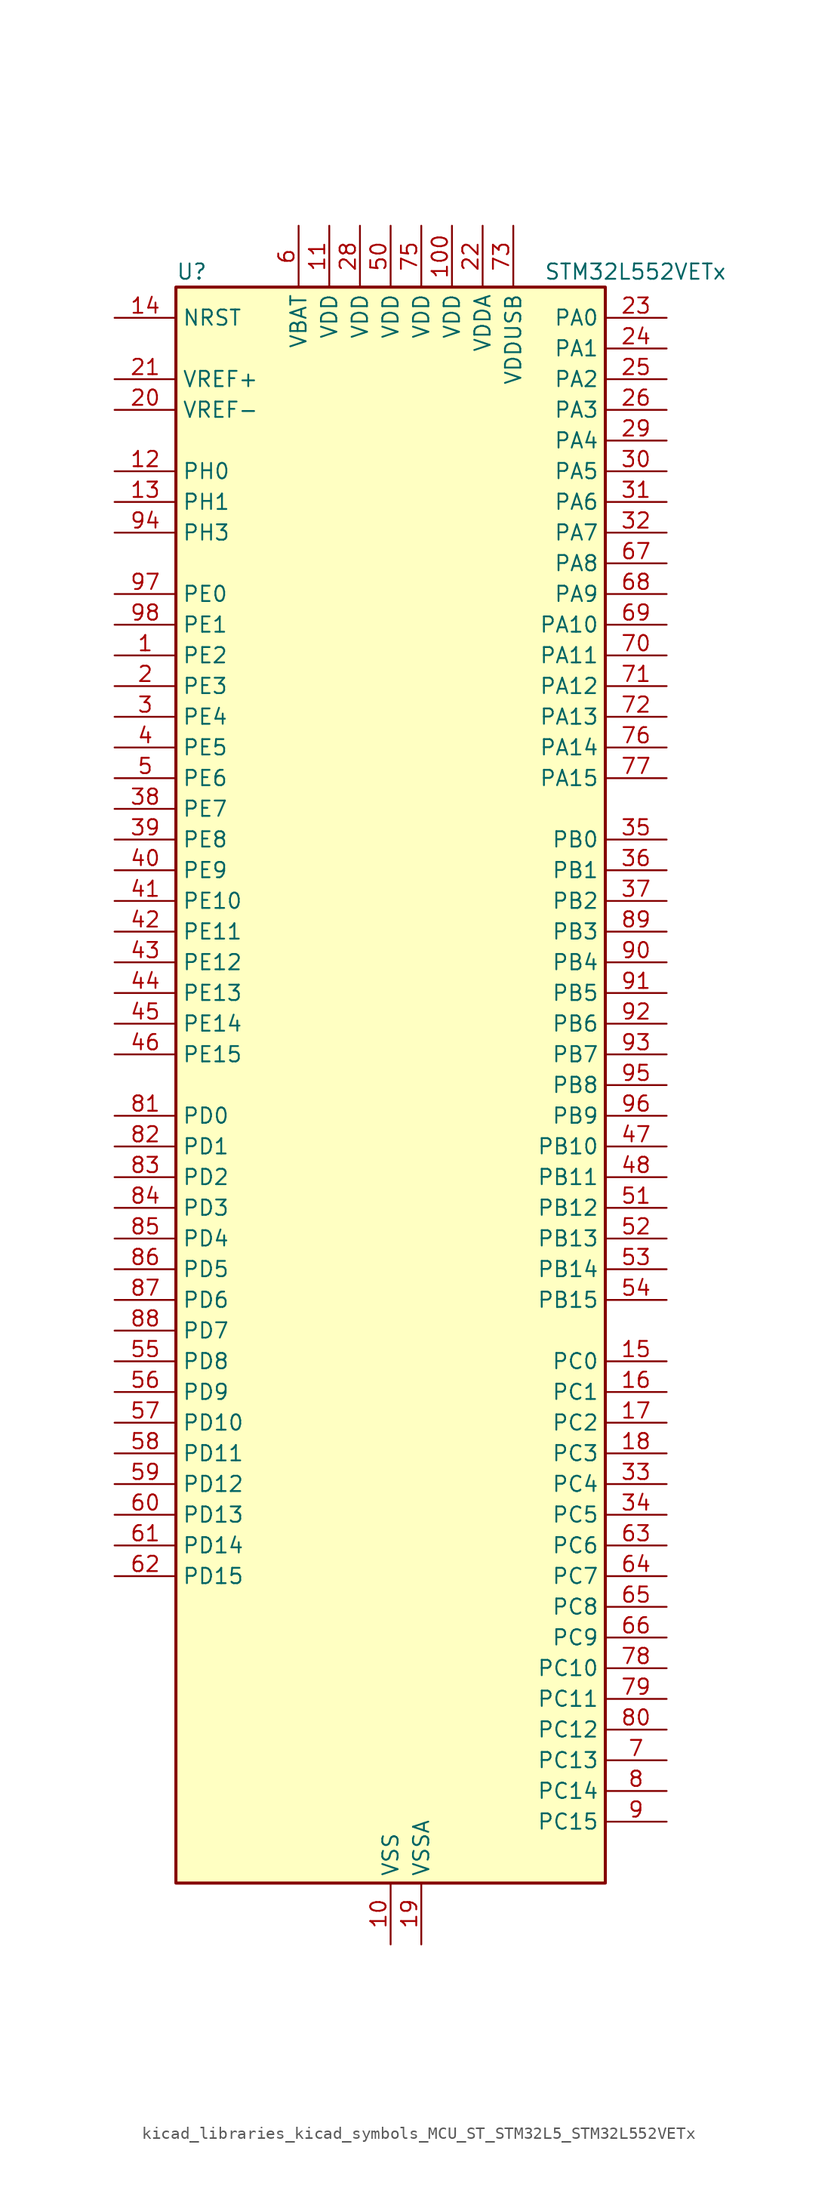
<source format=kicad_sym>
(kicad_symbol_lib
  (version 20220914)
  (generator kicad_symbol_editor)
  (symbol "kicad_libraries_kicad_symbols_MCU_ST_STM32L5_STM32L552VETx"
    (property "Reference" "U"
      (at -17.78 67.31 0)
      (effects (font (size 1.27 1.27)) (justify left)))
    (property "Value" "STM32L552VETx"
      (at 12.7 67.31 0)
      (effects (font (size 1.27 1.27)) (justify left)))
    (property "ki_locked" ""
      (at 0 0 0)
      (effects (font (size 1.27 1.27))))
    (symbol "kicad_libraries_kicad_symbols_MCU_ST_STM32L5_STM32L552VETx_0_1"
      (rectangle (start -17.78 -66.04) (end 17.78 66.04) (stroke (width 0.254) (type default)) (fill (type background))))
    (symbol "kicad_libraries_kicad_symbols_MCU_ST_STM32L5_STM32L552VETx_1_1"
      (pin bidirectional line (at -22.86 35.56 0) (length 5.08) (name "PE2" (effects (font (size 1.27 1.27)))) (number "1" (effects (font (size 1.27 1.27)))) (alternate "DEBUG_TRACECLK" bidirectional line) (alternate "FMC_A23" bidirectional line) (alternate "SAI1_CK1" bidirectional line) (alternate "SAI1_MCLK_A" bidirectional line) (alternate "TIM3_ETR" bidirectional line) (alternate "TSC_G7_IO1" bidirectional line))
      (pin power_in line (at 0 -71.12 90) (length 5.08) (name "VSS" (effects (font (size 1.27 1.27)))) (number "10" (effects (font (size 1.27 1.27)))))
      (pin power_in line (at 5.08 71.12 270) (length 5.08) (name "VDD" (effects (font (size 1.27 1.27)))) (number "100" (effects (font (size 1.27 1.27)))))
      (pin power_in line (at -5.08 71.12 270) (length 5.08) (name "VDD" (effects (font (size 1.27 1.27)))) (number "11" (effects (font (size 1.27 1.27)))))
      (pin bidirectional line (at -22.86 50.8 0) (length 5.08) (name "PH0" (effects (font (size 1.27 1.27)))) (number "12" (effects (font (size 1.27 1.27)))) (alternate "RCC_OSC_IN" bidirectional line))
      (pin bidirectional line (at -22.86 48.26 0) (length 5.08) (name "PH1" (effects (font (size 1.27 1.27)))) (number "13" (effects (font (size 1.27 1.27)))) (alternate "RCC_OSC_OUT" bidirectional line))
      (pin input line (at -22.86 63.5 0) (length 5.08) (name "NRST" (effects (font (size 1.27 1.27)))) (number "14" (effects (font (size 1.27 1.27)))))
      (pin bidirectional line (at 22.86 -22.86 180) (length 5.08) (name "PC0" (effects (font (size 1.27 1.27)))) (number "15" (effects (font (size 1.27 1.27)))) (alternate "ADC1_IN1" bidirectional line) (alternate "ADC2_IN1" bidirectional line) (alternate "I2C3_SCL" bidirectional line) (alternate "LPTIM1_IN1" bidirectional line) (alternate "LPTIM2_IN1" bidirectional line) (alternate "LPUART1_RX" bidirectional line) (alternate "OCTOSPI1_IO7" bidirectional line) (alternate "SAI2_FS_A" bidirectional line) (alternate "SDMMC1_D5" bidirectional line))
      (pin bidirectional line (at 22.86 -25.4 180) (length 5.08) (name "PC1" (effects (font (size 1.27 1.27)))) (number "16" (effects (font (size 1.27 1.27)))) (alternate "ADC1_IN2" bidirectional line) (alternate "ADC2_IN2" bidirectional line) (alternate "DEBUG_TRACED0" bidirectional line) (alternate "I2C3_SDA" bidirectional line) (alternate "LPTIM1_OUT" bidirectional line) (alternate "LPUART1_TX" bidirectional line) (alternate "OCTOSPI1_IO4" bidirectional line) (alternate "SAI1_SD_A" bidirectional line) (alternate "SPI2_MOSI" bidirectional line))
      (pin bidirectional line (at 22.86 -27.94 180) (length 5.08) (name "PC2" (effects (font (size 1.27 1.27)))) (number "17" (effects (font (size 1.27 1.27)))) (alternate "ADC1_IN3" bidirectional line) (alternate "ADC2_IN3" bidirectional line) (alternate "DFSDM1_CKOUT" bidirectional line) (alternate "LPTIM1_IN2" bidirectional line) (alternate "OCTOSPI1_IO5" bidirectional line) (alternate "SPI2_MISO" bidirectional line))
      (pin bidirectional line (at 22.86 -30.48 180) (length 5.08) (name "PC3" (effects (font (size 1.27 1.27)))) (number "18" (effects (font (size 1.27 1.27)))) (alternate "ADC1_IN4" bidirectional line) (alternate "ADC2_IN4" bidirectional line) (alternate "LPTIM1_ETR" bidirectional line) (alternate "LPTIM2_ETR" bidirectional line) (alternate "LPTIM3_OUT" bidirectional line) (alternate "OCTOSPI1_IO6" bidirectional line) (alternate "SAI1_D1" bidirectional line) (alternate "SAI1_SD_A" bidirectional line) (alternate "SPI2_MOSI" bidirectional line))
      (pin power_in line (at 2.54 -71.12 90) (length 5.08) (name "VSSA" (effects (font (size 1.27 1.27)))) (number "19" (effects (font (size 1.27 1.27)))))
      (pin bidirectional line (at -22.86 33.02 0) (length 5.08) (name "PE3" (effects (font (size 1.27 1.27)))) (number "2" (effects (font (size 1.27 1.27)))) (alternate "DEBUG_TRACED0" bidirectional line) (alternate "FMC_A19" bidirectional line) (alternate "OCTOSPI1_DQS" bidirectional line) (alternate "SAI1_SD_B" bidirectional line) (alternate "TIM3_CH1" bidirectional line) (alternate "TSC_G7_IO2" bidirectional line))
      (pin input line (at -22.86 55.88 0) (length 5.08) (name "VREF-" (effects (font (size 1.27 1.27)))) (number "20" (effects (font (size 1.27 1.27)))))
      (pin input line (at -22.86 58.42 0) (length 5.08) (name "VREF+" (effects (font (size 1.27 1.27)))) (number "21" (effects (font (size 1.27 1.27)))))
      (pin power_in line (at 7.62 71.12 270) (length 5.08) (name "VDDA" (effects (font (size 1.27 1.27)))) (number "22" (effects (font (size 1.27 1.27)))))
      (pin bidirectional line (at 22.86 63.5 180) (length 5.08) (name "PA0" (effects (font (size 1.27 1.27)))) (number "23" (effects (font (size 1.27 1.27)))) (alternate "ADC1_IN5" bidirectional line) (alternate "ADC2_IN5" bidirectional line) (alternate "OPAMP1_VINP" bidirectional line) (alternate "PWR_WKUP1" bidirectional line) (alternate "SAI1_EXTCLK" bidirectional line) (alternate "TAMP_IN2" bidirectional line) (alternate "TAMP_OUT1" bidirectional line) (alternate "TIM2_CH1" bidirectional line) (alternate "TIM2_ETR" bidirectional line) (alternate "TIM5_CH1" bidirectional line) (alternate "TIM8_ETR" bidirectional line) (alternate "UART4_TX" bidirectional line) (alternate "USART2_CTS" bidirectional line) (alternate "USART2_NSS" bidirectional line))
      (pin bidirectional line (at 22.86 60.96 180) (length 5.08) (name "PA1" (effects (font (size 1.27 1.27)))) (number "24" (effects (font (size 1.27 1.27)))) (alternate "ADC1_IN6" bidirectional line) (alternate "ADC2_IN6" bidirectional line) (alternate "I2C1_SMBA" bidirectional line) (alternate "OCTOSPI1_DQS" bidirectional line) (alternate "OPAMP1_VINM" bidirectional line) (alternate "SPI1_SCK" bidirectional line) (alternate "TAMP_IN5" bidirectional line) (alternate "TAMP_OUT4" bidirectional line) (alternate "TIM15_CH1N" bidirectional line) (alternate "TIM2_CH2" bidirectional line) (alternate "TIM5_CH2" bidirectional line) (alternate "UART4_RX" bidirectional line) (alternate "USART2_DE" bidirectional line) (alternate "USART2_RTS" bidirectional line))
      (pin bidirectional line (at 22.86 58.42 180) (length 5.08) (name "PA2" (effects (font (size 1.27 1.27)))) (number "25" (effects (font (size 1.27 1.27)))) (alternate "ADC1_IN7" bidirectional line) (alternate "ADC2_IN7" bidirectional line) (alternate "COMP1_INP" bidirectional line) (alternate "LPUART1_TX" bidirectional line) (alternate "OCTOSPI1_NCS" bidirectional line) (alternate "PWR_WKUP4" bidirectional line) (alternate "RCC_LSCO" bidirectional line) (alternate "SAI2_EXTCLK" bidirectional line) (alternate "TIM15_CH1" bidirectional line) (alternate "TIM2_CH3" bidirectional line) (alternate "TIM5_CH3" bidirectional line) (alternate "UCPD1_FRSTX1" bidirectional line) (alternate "USART2_TX" bidirectional line))
      (pin bidirectional line (at 22.86 55.88 180) (length 5.08) (name "PA3" (effects (font (size 1.27 1.27)))) (number "26" (effects (font (size 1.27 1.27)))) (alternate "ADC1_IN8" bidirectional line) (alternate "ADC2_IN8" bidirectional line) (alternate "LPUART1_RX" bidirectional line) (alternate "OCTOSPI1_CLK" bidirectional line) (alternate "OPAMP1_VOUT" bidirectional line) (alternate "SAI1_CK1" bidirectional line) (alternate "SAI1_MCLK_A" bidirectional line) (alternate "TIM15_CH2" bidirectional line) (alternate "TIM2_CH4" bidirectional line) (alternate "TIM5_CH4" bidirectional line) (alternate "USART2_RX" bidirectional line))
      (pin passive line (at 0 -71.12 90) (length 5.08) hide (name "VSS" (effects (font (size 1.27 1.27)))) (number "27" (effects (font (size 1.27 1.27)))))
      (pin power_in line (at -2.54 71.12 270) (length 5.08) (name "VDD" (effects (font (size 1.27 1.27)))) (number "28" (effects (font (size 1.27 1.27)))))
      (pin bidirectional line (at 22.86 53.34 180) (length 5.08) (name "PA4" (effects (font (size 1.27 1.27)))) (number "29" (effects (font (size 1.27 1.27)))) (alternate "ADC1_IN9" bidirectional line) (alternate "ADC2_IN9" bidirectional line) (alternate "DAC1_OUT1" bidirectional line) (alternate "LPTIM2_OUT" bidirectional line) (alternate "OCTOSPI1_NCS" bidirectional line) (alternate "SAI1_FS_B" bidirectional line) (alternate "SPI1_NSS" bidirectional line) (alternate "SPI3_NSS" bidirectional line) (alternate "USART2_CK" bidirectional line))
      (pin bidirectional line (at -22.86 30.48 0) (length 5.08) (name "PE4" (effects (font (size 1.27 1.27)))) (number "3" (effects (font (size 1.27 1.27)))) (alternate "DEBUG_TRACED1" bidirectional line) (alternate "DFSDM1_DATIN3" bidirectional line) (alternate "FMC_A20" bidirectional line) (alternate "SAI1_D2" bidirectional line) (alternate "SAI1_FS_A" bidirectional line) (alternate "TIM3_CH2" bidirectional line) (alternate "TSC_G7_IO3" bidirectional line))
      (pin bidirectional line (at 22.86 50.8 180) (length 5.08) (name "PA5" (effects (font (size 1.27 1.27)))) (number "30" (effects (font (size 1.27 1.27)))) (alternate "ADC1_IN10" bidirectional line) (alternate "ADC2_IN10" bidirectional line) (alternate "DAC1_OUT2" bidirectional line) (alternate "LPTIM2_ETR" bidirectional line) (alternate "SPI1_SCK" bidirectional line) (alternate "TIM2_CH1" bidirectional line) (alternate "TIM2_ETR" bidirectional line) (alternate "TIM8_CH1N" bidirectional line))
      (pin bidirectional line (at 22.86 48.26 180) (length 5.08) (name "PA6" (effects (font (size 1.27 1.27)))) (number "31" (effects (font (size 1.27 1.27)))) (alternate "ADC1_IN11" bidirectional line) (alternate "ADC2_IN11" bidirectional line) (alternate "LPUART1_CTS" bidirectional line) (alternate "OCTOSPI1_IO3" bidirectional line) (alternate "OPAMP2_VINP" bidirectional line) (alternate "SPI1_MISO" bidirectional line) (alternate "TIM16_CH1" bidirectional line) (alternate "TIM1_BKIN" bidirectional line) (alternate "TIM3_CH1" bidirectional line) (alternate "TIM8_BKIN" bidirectional line) (alternate "USART3_CTS" bidirectional line) (alternate "USART3_NSS" bidirectional line))
      (pin bidirectional line (at 22.86 45.72 180) (length 5.08) (name "PA7" (effects (font (size 1.27 1.27)))) (number "32" (effects (font (size 1.27 1.27)))) (alternate "ADC1_IN12" bidirectional line) (alternate "ADC2_IN12" bidirectional line) (alternate "I2C3_SCL" bidirectional line) (alternate "OCTOSPI1_IO2" bidirectional line) (alternate "OPAMP2_VINM" bidirectional line) (alternate "SPI1_MOSI" bidirectional line) (alternate "TIM17_CH1" bidirectional line) (alternate "TIM1_CH1N" bidirectional line) (alternate "TIM3_CH2" bidirectional line) (alternate "TIM8_CH1N" bidirectional line))
      (pin bidirectional line (at 22.86 -33.02 180) (length 5.08) (name "PC4" (effects (font (size 1.27 1.27)))) (number "33" (effects (font (size 1.27 1.27)))) (alternate "ADC1_IN13" bidirectional line) (alternate "ADC2_IN13" bidirectional line) (alternate "COMP1_INM" bidirectional line) (alternate "OCTOSPI1_IO7" bidirectional line) (alternate "USART3_TX" bidirectional line))
      (pin bidirectional line (at 22.86 -35.56 180) (length 5.08) (name "PC5" (effects (font (size 1.27 1.27)))) (number "34" (effects (font (size 1.27 1.27)))) (alternate "ADC1_IN14" bidirectional line) (alternate "ADC2_IN14" bidirectional line) (alternate "COMP1_INP" bidirectional line) (alternate "PWR_WKUP5" bidirectional line) (alternate "SAI1_D3" bidirectional line) (alternate "TAMP_IN4" bidirectional line) (alternate "TAMP_OUT5" bidirectional line) (alternate "USART3_RX" bidirectional line))
      (pin bidirectional line (at 22.86 20.32 180) (length 5.08) (name "PB0" (effects (font (size 1.27 1.27)))) (number "35" (effects (font (size 1.27 1.27)))) (alternate "ADC1_IN15" bidirectional line) (alternate "ADC2_IN15" bidirectional line) (alternate "COMP1_OUT" bidirectional line) (alternate "OCTOSPI1_IO1" bidirectional line) (alternate "OPAMP2_VOUT" bidirectional line) (alternate "SAI1_EXTCLK" bidirectional line) (alternate "SPI1_NSS" bidirectional line) (alternate "TIM1_CH2N" bidirectional line) (alternate "TIM3_CH3" bidirectional line) (alternate "TIM8_CH2N" bidirectional line) (alternate "USART3_CK" bidirectional line))
      (pin bidirectional line (at 22.86 17.78 180) (length 5.08) (name "PB1" (effects (font (size 1.27 1.27)))) (number "36" (effects (font (size 1.27 1.27)))) (alternate "ADC1_IN16" bidirectional line) (alternate "ADC2_IN16" bidirectional line) (alternate "COMP1_INM" bidirectional line) (alternate "DFSDM1_DATIN0" bidirectional line) (alternate "LPTIM2_IN1" bidirectional line) (alternate "LPUART1_DE" bidirectional line) (alternate "LPUART1_RTS" bidirectional line) (alternate "OCTOSPI1_IO0" bidirectional line) (alternate "TIM1_CH3N" bidirectional line) (alternate "TIM3_CH4" bidirectional line) (alternate "TIM8_CH3N" bidirectional line) (alternate "USART3_DE" bidirectional line) (alternate "USART3_RTS" bidirectional line))
      (pin bidirectional line (at 22.86 15.24 180) (length 5.08) (name "PB2" (effects (font (size 1.27 1.27)))) (number "37" (effects (font (size 1.27 1.27)))) (alternate "COMP1_INP" bidirectional line) (alternate "DFSDM1_CKIN0" bidirectional line) (alternate "I2C3_SMBA" bidirectional line) (alternate "LPTIM1_OUT" bidirectional line) (alternate "OCTOSPI1_DQS" bidirectional line) (alternate "RTC_OUT2" bidirectional line) (alternate "UCPD1_FRSTX1" bidirectional line))
      (pin bidirectional line (at -22.86 22.86 0) (length 5.08) (name "PE7" (effects (font (size 1.27 1.27)))) (number "38" (effects (font (size 1.27 1.27)))) (alternate "DFSDM1_DATIN2" bidirectional line) (alternate "FMC_D4" bidirectional line) (alternate "FMC_DA4" bidirectional line) (alternate "SAI1_SD_B" bidirectional line) (alternate "TIM1_ETR" bidirectional line))
      (pin bidirectional line (at -22.86 20.32 0) (length 5.08) (name "PE8" (effects (font (size 1.27 1.27)))) (number "39" (effects (font (size 1.27 1.27)))) (alternate "DFSDM1_CKIN2" bidirectional line) (alternate "FMC_D5" bidirectional line) (alternate "FMC_DA5" bidirectional line) (alternate "SAI1_SCK_B" bidirectional line) (alternate "TIM1_CH1N" bidirectional line))
      (pin bidirectional line (at -22.86 27.94 0) (length 5.08) (name "PE5" (effects (font (size 1.27 1.27)))) (number "4" (effects (font (size 1.27 1.27)))) (alternate "DEBUG_TRACED2" bidirectional line) (alternate "DFSDM1_CKIN3" bidirectional line) (alternate "FMC_A21" bidirectional line) (alternate "SAI1_CK2" bidirectional line) (alternate "SAI1_SCK_A" bidirectional line) (alternate "TIM3_CH3" bidirectional line) (alternate "TSC_G7_IO4" bidirectional line))
      (pin bidirectional line (at -22.86 17.78 0) (length 5.08) (name "PE9" (effects (font (size 1.27 1.27)))) (number "40" (effects (font (size 1.27 1.27)))) (alternate "DAC1_EXTI9" bidirectional line) (alternate "DFSDM1_CKOUT" bidirectional line) (alternate "FMC_D6" bidirectional line) (alternate "FMC_DA6" bidirectional line) (alternate "OCTOSPI1_NCLK" bidirectional line) (alternate "SAI1_FS_B" bidirectional line) (alternate "TIM1_CH1" bidirectional line))
      (pin bidirectional line (at -22.86 15.24 0) (length 5.08) (name "PE10" (effects (font (size 1.27 1.27)))) (number "41" (effects (font (size 1.27 1.27)))) (alternate "FMC_D7" bidirectional line) (alternate "FMC_DA7" bidirectional line) (alternate "OCTOSPI1_CLK" bidirectional line) (alternate "SAI1_MCLK_B" bidirectional line) (alternate "TIM1_CH2N" bidirectional line) (alternate "TSC_G5_IO1" bidirectional line))
      (pin bidirectional line (at -22.86 12.7 0) (length 5.08) (name "PE11" (effects (font (size 1.27 1.27)))) (number "42" (effects (font (size 1.27 1.27)))) (alternate "ADC1_EXTI11" bidirectional line) (alternate "ADC2_EXTI11" bidirectional line) (alternate "FMC_D8" bidirectional line) (alternate "FMC_DA8" bidirectional line) (alternate "OCTOSPI1_NCS" bidirectional line) (alternate "TIM1_CH2" bidirectional line) (alternate "TSC_G5_IO2" bidirectional line))
      (pin bidirectional line (at -22.86 10.16 0) (length 5.08) (name "PE12" (effects (font (size 1.27 1.27)))) (number "43" (effects (font (size 1.27 1.27)))) (alternate "FMC_D9" bidirectional line) (alternate "FMC_DA9" bidirectional line) (alternate "OCTOSPI1_IO0" bidirectional line) (alternate "SPI1_NSS" bidirectional line) (alternate "TIM1_CH3N" bidirectional line) (alternate "TSC_G5_IO3" bidirectional line))
      (pin bidirectional line (at -22.86 7.62 0) (length 5.08) (name "PE13" (effects (font (size 1.27 1.27)))) (number "44" (effects (font (size 1.27 1.27)))) (alternate "FMC_D10" bidirectional line) (alternate "FMC_DA10" bidirectional line) (alternate "OCTOSPI1_IO1" bidirectional line) (alternate "SPI1_SCK" bidirectional line) (alternate "TIM1_CH3" bidirectional line) (alternate "TSC_G5_IO4" bidirectional line))
      (pin bidirectional line (at -22.86 5.08 0) (length 5.08) (name "PE14" (effects (font (size 1.27 1.27)))) (number "45" (effects (font (size 1.27 1.27)))) (alternate "FMC_D11" bidirectional line) (alternate "FMC_DA11" bidirectional line) (alternate "OCTOSPI1_IO2" bidirectional line) (alternate "SPI1_MISO" bidirectional line) (alternate "TIM1_BKIN2" bidirectional line) (alternate "TIM1_CH4" bidirectional line))
      (pin bidirectional line (at -22.86 2.54 0) (length 5.08) (name "PE15" (effects (font (size 1.27 1.27)))) (number "46" (effects (font (size 1.27 1.27)))) (alternate "ADC1_EXTI15" bidirectional line) (alternate "ADC2_EXTI15" bidirectional line) (alternate "FMC_D12" bidirectional line) (alternate "FMC_DA12" bidirectional line) (alternate "OCTOSPI1_IO3" bidirectional line) (alternate "SPI1_MOSI" bidirectional line) (alternate "TIM1_BKIN" bidirectional line))
      (pin bidirectional line (at 22.86 -5.08 180) (length 5.08) (name "PB10" (effects (font (size 1.27 1.27)))) (number "47" (effects (font (size 1.27 1.27)))) (alternate "COMP1_OUT" bidirectional line) (alternate "I2C2_SCL" bidirectional line) (alternate "I2C4_SCL" bidirectional line) (alternate "LPTIM3_OUT" bidirectional line) (alternate "LPUART1_RX" bidirectional line) (alternate "OCTOSPI1_CLK" bidirectional line) (alternate "SAI1_SCK_A" bidirectional line) (alternate "SPI2_SCK" bidirectional line) (alternate "TIM2_CH3" bidirectional line) (alternate "TSC_SYNC" bidirectional line) (alternate "USART3_TX" bidirectional line))
      (pin bidirectional line (at 22.86 -7.62 180) (length 5.08) (name "PB11" (effects (font (size 1.27 1.27)))) (number "48" (effects (font (size 1.27 1.27)))) (alternate "ADC1_EXTI11" bidirectional line) (alternate "ADC2_EXTI11" bidirectional line) (alternate "COMP2_OUT" bidirectional line) (alternate "I2C2_SDA" bidirectional line) (alternate "I2C4_SDA" bidirectional line) (alternate "LPUART1_TX" bidirectional line) (alternate "OCTOSPI1_NCS" bidirectional line) (alternate "TIM2_CH4" bidirectional line) (alternate "USART3_RX" bidirectional line))
      (pin passive line (at 0 -71.12 90) (length 5.08) hide (name "VSS" (effects (font (size 1.27 1.27)))) (number "49" (effects (font (size 1.27 1.27)))))
      (pin bidirectional line (at -22.86 25.4 0) (length 5.08) (name "PE6" (effects (font (size 1.27 1.27)))) (number "5" (effects (font (size 1.27 1.27)))) (alternate "DEBUG_TRACED3" bidirectional line) (alternate "FMC_A22" bidirectional line) (alternate "PWR_WKUP3" bidirectional line) (alternate "SAI1_D1" bidirectional line) (alternate "SAI1_SD_A" bidirectional line) (alternate "TAMP_IN3" bidirectional line) (alternate "TAMP_OUT6" bidirectional line) (alternate "TIM3_CH4" bidirectional line))
      (pin power_in line (at 0 71.12 270) (length 5.08) (name "VDD" (effects (font (size 1.27 1.27)))) (number "50" (effects (font (size 1.27 1.27)))))
      (pin bidirectional line (at 22.86 -10.16 180) (length 5.08) (name "PB12" (effects (font (size 1.27 1.27)))) (number "51" (effects (font (size 1.27 1.27)))) (alternate "DFSDM1_DATIN1" bidirectional line) (alternate "I2C2_SMBA" bidirectional line) (alternate "LPUART1_DE" bidirectional line) (alternate "LPUART1_RTS" bidirectional line) (alternate "OCTOSPI1_NCLK" bidirectional line) (alternate "SAI2_FS_A" bidirectional line) (alternate "SPI2_NSS" bidirectional line) (alternate "TIM15_BKIN" bidirectional line) (alternate "TIM1_BKIN" bidirectional line) (alternate "TSC_G1_IO1" bidirectional line) (alternate "USART3_CK" bidirectional line))
      (pin bidirectional line (at 22.86 -12.7 180) (length 5.08) (name "PB13" (effects (font (size 1.27 1.27)))) (number "52" (effects (font (size 1.27 1.27)))) (alternate "DFSDM1_CKIN1" bidirectional line) (alternate "I2C2_SCL" bidirectional line) (alternate "LPTIM3_IN1" bidirectional line) (alternate "LPUART1_CTS" bidirectional line) (alternate "SAI2_SCK_A" bidirectional line) (alternate "SPI2_SCK" bidirectional line) (alternate "TIM15_CH1N" bidirectional line) (alternate "TIM1_CH1N" bidirectional line) (alternate "TSC_G1_IO2" bidirectional line) (alternate "UCPD1_FRSTX2" bidirectional line) (alternate "USART3_CTS" bidirectional line) (alternate "USART3_NSS" bidirectional line))
      (pin bidirectional line (at 22.86 -15.24 180) (length 5.08) (name "PB14" (effects (font (size 1.27 1.27)))) (number "53" (effects (font (size 1.27 1.27)))) (alternate "DFSDM1_DATIN2" bidirectional line) (alternate "I2C2_SDA" bidirectional line) (alternate "LPTIM3_ETR" bidirectional line) (alternate "SAI2_MCLK_A" bidirectional line) (alternate "SPI2_MISO" bidirectional line) (alternate "TIM15_CH1" bidirectional line) (alternate "TIM1_CH2N" bidirectional line) (alternate "TIM8_CH2N" bidirectional line) (alternate "TSC_G1_IO3" bidirectional line) (alternate "UCPD1_DBCC2" bidirectional line) (alternate "USART3_DE" bidirectional line) (alternate "USART3_RTS" bidirectional line))
      (pin bidirectional line (at 22.86 -17.78 180) (length 5.08) (name "PB15" (effects (font (size 1.27 1.27)))) (number "54" (effects (font (size 1.27 1.27)))) (alternate "ADC1_EXTI15" bidirectional line) (alternate "ADC2_EXTI15" bidirectional line) (alternate "DFSDM1_CKIN2" bidirectional line) (alternate "RTC_REFIN" bidirectional line) (alternate "SAI2_SD_A" bidirectional line) (alternate "SPI2_MOSI" bidirectional line) (alternate "TIM15_CH2" bidirectional line) (alternate "TIM1_CH3N" bidirectional line) (alternate "TIM8_CH3N" bidirectional line) (alternate "UCPD1_CC2" bidirectional line))
      (pin bidirectional line (at -22.86 -22.86 0) (length 5.08) (name "PD8" (effects (font (size 1.27 1.27)))) (number "55" (effects (font (size 1.27 1.27)))) (alternate "FMC_D13" bidirectional line) (alternate "FMC_DA13" bidirectional line) (alternate "USART3_TX" bidirectional line))
      (pin bidirectional line (at -22.86 -25.4 0) (length 5.08) (name "PD9" (effects (font (size 1.27 1.27)))) (number "56" (effects (font (size 1.27 1.27)))) (alternate "DAC1_EXTI9" bidirectional line) (alternate "FMC_D14" bidirectional line) (alternate "FMC_DA14" bidirectional line) (alternate "SAI2_MCLK_A" bidirectional line) (alternate "USART3_RX" bidirectional line))
      (pin bidirectional line (at -22.86 -27.94 0) (length 5.08) (name "PD10" (effects (font (size 1.27 1.27)))) (number "57" (effects (font (size 1.27 1.27)))) (alternate "FMC_D15" bidirectional line) (alternate "FMC_DA15" bidirectional line) (alternate "SAI2_SCK_A" bidirectional line) (alternate "TSC_G6_IO1" bidirectional line) (alternate "USART3_CK" bidirectional line))
      (pin bidirectional line (at -22.86 -30.48 0) (length 5.08) (name "PD11" (effects (font (size 1.27 1.27)))) (number "58" (effects (font (size 1.27 1.27)))) (alternate "ADC1_EXTI11" bidirectional line) (alternate "ADC2_EXTI11" bidirectional line) (alternate "FMC_A16" bidirectional line) (alternate "FMC_CLE" bidirectional line) (alternate "I2C4_SMBA" bidirectional line) (alternate "LPTIM2_ETR" bidirectional line) (alternate "SAI2_SD_A" bidirectional line) (alternate "TSC_G6_IO2" bidirectional line) (alternate "USART3_CTS" bidirectional line) (alternate "USART3_NSS" bidirectional line))
      (pin bidirectional line (at -22.86 -33.02 0) (length 5.08) (name "PD12" (effects (font (size 1.27 1.27)))) (number "59" (effects (font (size 1.27 1.27)))) (alternate "FMC_A17" bidirectional line) (alternate "FMC_ALE" bidirectional line) (alternate "I2C4_SCL" bidirectional line) (alternate "LPTIM2_IN1" bidirectional line) (alternate "SAI2_FS_A" bidirectional line) (alternate "TIM4_CH1" bidirectional line) (alternate "TSC_G6_IO3" bidirectional line) (alternate "USART3_DE" bidirectional line) (alternate "USART3_RTS" bidirectional line))
      (pin power_in line (at -7.62 71.12 270) (length 5.08) (name "VBAT" (effects (font (size 1.27 1.27)))) (number "6" (effects (font (size 1.27 1.27)))))
      (pin bidirectional line (at -22.86 -35.56 0) (length 5.08) (name "PD13" (effects (font (size 1.27 1.27)))) (number "60" (effects (font (size 1.27 1.27)))) (alternate "FMC_A18" bidirectional line) (alternate "I2C4_SDA" bidirectional line) (alternate "LPTIM2_OUT" bidirectional line) (alternate "TIM4_CH2" bidirectional line) (alternate "TSC_G6_IO4" bidirectional line))
      (pin bidirectional line (at -22.86 -38.1 0) (length 5.08) (name "PD14" (effects (font (size 1.27 1.27)))) (number "61" (effects (font (size 1.27 1.27)))) (alternate "FMC_D0" bidirectional line) (alternate "FMC_DA0" bidirectional line) (alternate "TIM4_CH3" bidirectional line))
      (pin bidirectional line (at -22.86 -40.64 0) (length 5.08) (name "PD15" (effects (font (size 1.27 1.27)))) (number "62" (effects (font (size 1.27 1.27)))) (alternate "ADC1_EXTI15" bidirectional line) (alternate "ADC2_EXTI15" bidirectional line) (alternate "FMC_D1" bidirectional line) (alternate "FMC_DA1" bidirectional line) (alternate "TIM4_CH4" bidirectional line))
      (pin bidirectional line (at 22.86 -38.1 180) (length 5.08) (name "PC6" (effects (font (size 1.27 1.27)))) (number "63" (effects (font (size 1.27 1.27)))) (alternate "DFSDM1_CKIN3" bidirectional line) (alternate "SAI2_MCLK_A" bidirectional line) (alternate "SDMMC1_D0DIR" bidirectional line) (alternate "SDMMC1_D6" bidirectional line) (alternate "TIM3_CH1" bidirectional line) (alternate "TIM8_CH1" bidirectional line) (alternate "TSC_G4_IO1" bidirectional line))
      (pin bidirectional line (at 22.86 -40.64 180) (length 5.08) (name "PC7" (effects (font (size 1.27 1.27)))) (number "64" (effects (font (size 1.27 1.27)))) (alternate "DFSDM1_DATIN3" bidirectional line) (alternate "SAI2_MCLK_B" bidirectional line) (alternate "SDMMC1_D123DIR" bidirectional line) (alternate "SDMMC1_D7" bidirectional line) (alternate "TIM3_CH2" bidirectional line) (alternate "TIM8_CH2" bidirectional line) (alternate "TSC_G4_IO2" bidirectional line))
      (pin bidirectional line (at 22.86 -43.18 180) (length 5.08) (name "PC8" (effects (font (size 1.27 1.27)))) (number "65" (effects (font (size 1.27 1.27)))) (alternate "SDMMC1_D0" bidirectional line) (alternate "TIM3_CH3" bidirectional line) (alternate "TIM8_CH3" bidirectional line) (alternate "TSC_G4_IO3" bidirectional line))
      (pin bidirectional line (at 22.86 -45.72 180) (length 5.08) (name "PC9" (effects (font (size 1.27 1.27)))) (number "66" (effects (font (size 1.27 1.27)))) (alternate "DAC1_EXTI9" bidirectional line) (alternate "DEBUG_TRACED0" bidirectional line) (alternate "SAI2_EXTCLK" bidirectional line) (alternate "SDMMC1_D1" bidirectional line) (alternate "TIM3_CH4" bidirectional line) (alternate "TIM8_BKIN2" bidirectional line) (alternate "TIM8_CH4" bidirectional line) (alternate "TSC_G4_IO4" bidirectional line) (alternate "USB_NOE" bidirectional line))
      (pin bidirectional line (at 22.86 43.18 180) (length 5.08) (name "PA8" (effects (font (size 1.27 1.27)))) (number "67" (effects (font (size 1.27 1.27)))) (alternate "LPTIM2_OUT" bidirectional line) (alternate "RCC_MCO" bidirectional line) (alternate "SAI1_CK2" bidirectional line) (alternate "SAI1_SCK_A" bidirectional line) (alternate "TIM1_CH1" bidirectional line) (alternate "USART1_CK" bidirectional line))
      (pin bidirectional line (at 22.86 40.64 180) (length 5.08) (name "PA9" (effects (font (size 1.27 1.27)))) (number "68" (effects (font (size 1.27 1.27)))) (alternate "DAC1_EXTI9" bidirectional line) (alternate "SAI1_FS_A" bidirectional line) (alternate "SPI2_SCK" bidirectional line) (alternate "TIM15_BKIN" bidirectional line) (alternate "TIM1_CH2" bidirectional line) (alternate "USART1_TX" bidirectional line))
      (pin bidirectional line (at 22.86 38.1 180) (length 5.08) (name "PA10" (effects (font (size 1.27 1.27)))) (number "69" (effects (font (size 1.27 1.27)))) (alternate "CRS_SYNC" bidirectional line) (alternate "SAI1_D1" bidirectional line) (alternate "SAI1_SD_A" bidirectional line) (alternate "TIM17_BKIN" bidirectional line) (alternate "TIM1_CH3" bidirectional line) (alternate "USART1_RX" bidirectional line))
      (pin bidirectional line (at 22.86 -55.88 180) (length 5.08) (name "PC13" (effects (font (size 1.27 1.27)))) (number "7" (effects (font (size 1.27 1.27)))) (alternate "PWR_WKUP2" bidirectional line) (alternate "RTC_OUT1" bidirectional line) (alternate "RTC_TS" bidirectional line) (alternate "TAMP_IN1" bidirectional line) (alternate "TAMP_OUT2" bidirectional line))
      (pin bidirectional line (at 22.86 35.56 180) (length 5.08) (name "PA11" (effects (font (size 1.27 1.27)))) (number "70" (effects (font (size 1.27 1.27)))) (alternate "ADC1_EXTI11" bidirectional line) (alternate "ADC2_EXTI11" bidirectional line) (alternate "FDCAN1_RX" bidirectional line) (alternate "SPI1_MISO" bidirectional line) (alternate "TIM1_BKIN2" bidirectional line) (alternate "TIM1_CH4" bidirectional line) (alternate "USART1_CTS" bidirectional line) (alternate "USART1_NSS" bidirectional line) (alternate "USB_DM" bidirectional line))
      (pin bidirectional line (at 22.86 33.02 180) (length 5.08) (name "PA12" (effects (font (size 1.27 1.27)))) (number "71" (effects (font (size 1.27 1.27)))) (alternate "FDCAN1_TX" bidirectional line) (alternate "SPI1_MOSI" bidirectional line) (alternate "TIM1_ETR" bidirectional line) (alternate "USART1_DE" bidirectional line) (alternate "USART1_RTS" bidirectional line) (alternate "USB_DP" bidirectional line))
      (pin bidirectional line (at 22.86 30.48 180) (length 5.08) (name "PA13" (effects (font (size 1.27 1.27)))) (number "72" (effects (font (size 1.27 1.27)))) (alternate "DEBUG_JTMS-SWDIO" bidirectional line) (alternate "IR_OUT" bidirectional line) (alternate "SAI1_SD_B" bidirectional line) (alternate "USB_NOE" bidirectional line))
      (pin power_in line (at 10.16 71.12 270) (length 5.08) (name "VDDUSB" (effects (font (size 1.27 1.27)))) (number "73" (effects (font (size 1.27 1.27)))))
      (pin passive line (at 0 -71.12 90) (length 5.08) hide (name "VSS" (effects (font (size 1.27 1.27)))) (number "74" (effects (font (size 1.27 1.27)))))
      (pin power_in line (at 2.54 71.12 270) (length 5.08) (name "VDD" (effects (font (size 1.27 1.27)))) (number "75" (effects (font (size 1.27 1.27)))))
      (pin bidirectional line (at 22.86 27.94 180) (length 5.08) (name "PA14" (effects (font (size 1.27 1.27)))) (number "76" (effects (font (size 1.27 1.27)))) (alternate "DEBUG_JTCK-SWCLK" bidirectional line) (alternate "I2C1_SMBA" bidirectional line) (alternate "I2C4_SMBA" bidirectional line) (alternate "LPTIM1_OUT" bidirectional line) (alternate "SAI1_FS_B" bidirectional line))
      (pin bidirectional line (at 22.86 25.4 180) (length 5.08) (name "PA15" (effects (font (size 1.27 1.27)))) (number "77" (effects (font (size 1.27 1.27)))) (alternate "ADC1_EXTI15" bidirectional line) (alternate "ADC2_EXTI15" bidirectional line) (alternate "DEBUG_JTDI" bidirectional line) (alternate "SAI2_FS_B" bidirectional line) (alternate "SPI1_NSS" bidirectional line) (alternate "SPI3_NSS" bidirectional line) (alternate "TIM2_CH1" bidirectional line) (alternate "TIM2_ETR" bidirectional line) (alternate "UART4_DE" bidirectional line) (alternate "UART4_RTS" bidirectional line) (alternate "UCPD1_CC1" bidirectional line) (alternate "USART2_RX" bidirectional line) (alternate "USART3_DE" bidirectional line) (alternate "USART3_RTS" bidirectional line))
      (pin bidirectional line (at 22.86 -48.26 180) (length 5.08) (name "PC10" (effects (font (size 1.27 1.27)))) (number "78" (effects (font (size 1.27 1.27)))) (alternate "DEBUG_TRACED1" bidirectional line) (alternate "LPTIM3_ETR" bidirectional line) (alternate "SAI2_SCK_B" bidirectional line) (alternate "SDMMC1_D2" bidirectional line) (alternate "SPI3_SCK" bidirectional line) (alternate "TSC_G3_IO2" bidirectional line) (alternate "UART4_TX" bidirectional line) (alternate "USART3_TX" bidirectional line))
      (pin bidirectional line (at 22.86 -50.8 180) (length 5.08) (name "PC11" (effects (font (size 1.27 1.27)))) (number "79" (effects (font (size 1.27 1.27)))) (alternate "ADC1_EXTI11" bidirectional line) (alternate "ADC2_EXTI11" bidirectional line) (alternate "LPTIM3_IN1" bidirectional line) (alternate "OCTOSPI1_NCS" bidirectional line) (alternate "SAI2_MCLK_B" bidirectional line) (alternate "SDMMC1_D3" bidirectional line) (alternate "SPI3_MISO" bidirectional line) (alternate "TSC_G3_IO3" bidirectional line) (alternate "UART4_RX" bidirectional line) (alternate "UCPD1_FRSTX2" bidirectional line) (alternate "USART3_RX" bidirectional line))
      (pin bidirectional line (at 22.86 -58.42 180) (length 5.08) (name "PC14" (effects (font (size 1.27 1.27)))) (number "8" (effects (font (size 1.27 1.27)))) (alternate "RCC_OSC32_IN" bidirectional line))
      (pin bidirectional line (at 22.86 -53.34 180) (length 5.08) (name "PC12" (effects (font (size 1.27 1.27)))) (number "80" (effects (font (size 1.27 1.27)))) (alternate "DEBUG_TRACED3" bidirectional line) (alternate "SAI2_SD_B" bidirectional line) (alternate "SDMMC1_CK" bidirectional line) (alternate "SPI3_MOSI" bidirectional line) (alternate "TSC_G3_IO4" bidirectional line) (alternate "UART5_TX" bidirectional line) (alternate "USART3_CK" bidirectional line))
      (pin bidirectional line (at -22.86 -2.54 0) (length 5.08) (name "PD0" (effects (font (size 1.27 1.27)))) (number "81" (effects (font (size 1.27 1.27)))) (alternate "FDCAN1_RX" bidirectional line) (alternate "FMC_D2" bidirectional line) (alternate "FMC_DA2" bidirectional line) (alternate "SPI2_NSS" bidirectional line))
      (pin bidirectional line (at -22.86 -5.08 0) (length 5.08) (name "PD1" (effects (font (size 1.27 1.27)))) (number "82" (effects (font (size 1.27 1.27)))) (alternate "FDCAN1_TX" bidirectional line) (alternate "FMC_D3" bidirectional line) (alternate "FMC_DA3" bidirectional line) (alternate "SPI2_SCK" bidirectional line))
      (pin bidirectional line (at -22.86 -7.62 0) (length 5.08) (name "PD2" (effects (font (size 1.27 1.27)))) (number "83" (effects (font (size 1.27 1.27)))) (alternate "DEBUG_TRACED2" bidirectional line) (alternate "SDMMC1_CMD" bidirectional line) (alternate "TIM3_ETR" bidirectional line) (alternate "TSC_SYNC" bidirectional line) (alternate "UART5_RX" bidirectional line) (alternate "USART3_DE" bidirectional line) (alternate "USART3_RTS" bidirectional line))
      (pin bidirectional line (at -22.86 -10.16 0) (length 5.08) (name "PD3" (effects (font (size 1.27 1.27)))) (number "84" (effects (font (size 1.27 1.27)))) (alternate "DFSDM1_DATIN0" bidirectional line) (alternate "FMC_CLK" bidirectional line) (alternate "SPI2_MISO" bidirectional line) (alternate "SPI2_SCK" bidirectional line) (alternate "USART2_CTS" bidirectional line) (alternate "USART2_NSS" bidirectional line))
      (pin bidirectional line (at -22.86 -12.7 0) (length 5.08) (name "PD4" (effects (font (size 1.27 1.27)))) (number "85" (effects (font (size 1.27 1.27)))) (alternate "DFSDM1_CKIN0" bidirectional line) (alternate "FMC_NOE" bidirectional line) (alternate "OCTOSPI1_IO4" bidirectional line) (alternate "SPI2_MOSI" bidirectional line) (alternate "USART2_DE" bidirectional line) (alternate "USART2_RTS" bidirectional line))
      (pin bidirectional line (at -22.86 -15.24 0) (length 5.08) (name "PD5" (effects (font (size 1.27 1.27)))) (number "86" (effects (font (size 1.27 1.27)))) (alternate "FMC_NWE" bidirectional line) (alternate "OCTOSPI1_IO5" bidirectional line) (alternate "USART2_TX" bidirectional line))
      (pin bidirectional line (at -22.86 -17.78 0) (length 5.08) (name "PD6" (effects (font (size 1.27 1.27)))) (number "87" (effects (font (size 1.27 1.27)))) (alternate "DFSDM1_DATIN1" bidirectional line) (alternate "FMC_NWAIT" bidirectional line) (alternate "OCTOSPI1_IO6" bidirectional line) (alternate "SAI1_D1" bidirectional line) (alternate "SAI1_SD_A" bidirectional line) (alternate "SPI3_MOSI" bidirectional line) (alternate "USART2_RX" bidirectional line))
      (pin bidirectional line (at -22.86 -20.32 0) (length 5.08) (name "PD7" (effects (font (size 1.27 1.27)))) (number "88" (effects (font (size 1.27 1.27)))) (alternate "DFSDM1_CKIN1" bidirectional line) (alternate "FMC_NCE" bidirectional line) (alternate "FMC_NE1" bidirectional line) (alternate "OCTOSPI1_IO7" bidirectional line) (alternate "USART2_CK" bidirectional line))
      (pin bidirectional line (at 22.86 12.7 180) (length 5.08) (name "PB3" (effects (font (size 1.27 1.27)))) (number "89" (effects (font (size 1.27 1.27)))) (alternate "COMP2_INM" bidirectional line) (alternate "CRS_SYNC" bidirectional line) (alternate "DEBUG_JTDO-SWO" bidirectional line) (alternate "SAI1_SCK_B" bidirectional line) (alternate "SPI1_SCK" bidirectional line) (alternate "SPI3_SCK" bidirectional line) (alternate "TIM2_CH2" bidirectional line) (alternate "USART1_DE" bidirectional line) (alternate "USART1_RTS" bidirectional line))
      (pin bidirectional line (at 22.86 -60.96 180) (length 5.08) (name "PC15" (effects (font (size 1.27 1.27)))) (number "9" (effects (font (size 1.27 1.27)))) (alternate "ADC1_EXTI15" bidirectional line) (alternate "ADC2_EXTI15" bidirectional line) (alternate "RCC_OSC32_OUT" bidirectional line))
      (pin bidirectional line (at 22.86 10.16 180) (length 5.08) (name "PB4" (effects (font (size 1.27 1.27)))) (number "90" (effects (font (size 1.27 1.27)))) (alternate "COMP2_INP" bidirectional line) (alternate "DEBUG_JTRST" bidirectional line) (alternate "I2C3_SDA" bidirectional line) (alternate "SAI1_MCLK_B" bidirectional line) (alternate "SPI1_MISO" bidirectional line) (alternate "SPI3_MISO" bidirectional line) (alternate "TIM17_BKIN" bidirectional line) (alternate "TIM3_CH1" bidirectional line) (alternate "TSC_G2_IO1" bidirectional line) (alternate "UART5_DE" bidirectional line) (alternate "UART5_RTS" bidirectional line) (alternate "USART1_CTS" bidirectional line) (alternate "USART1_NSS" bidirectional line))
      (pin bidirectional line (at 22.86 7.62 180) (length 5.08) (name "PB5" (effects (font (size 1.27 1.27)))) (number "91" (effects (font (size 1.27 1.27)))) (alternate "COMP2_OUT" bidirectional line) (alternate "I2C1_SMBA" bidirectional line) (alternate "LPTIM1_IN1" bidirectional line) (alternate "OCTOSPI1_NCLK" bidirectional line) (alternate "SAI1_SD_B" bidirectional line) (alternate "SPI1_MOSI" bidirectional line) (alternate "SPI3_MOSI" bidirectional line) (alternate "TIM16_BKIN" bidirectional line) (alternate "TIM3_CH2" bidirectional line) (alternate "TSC_G2_IO2" bidirectional line) (alternate "UART5_CTS" bidirectional line) (alternate "UCPD1_DBCC1" bidirectional line) (alternate "USART1_CK" bidirectional line))
      (pin bidirectional line (at 22.86 5.08 180) (length 5.08) (name "PB6" (effects (font (size 1.27 1.27)))) (number "92" (effects (font (size 1.27 1.27)))) (alternate "COMP2_INP" bidirectional line) (alternate "I2C1_SCL" bidirectional line) (alternate "I2C4_SCL" bidirectional line) (alternate "LPTIM1_ETR" bidirectional line) (alternate "SAI1_FS_B" bidirectional line) (alternate "TIM16_CH1N" bidirectional line) (alternate "TIM4_CH1" bidirectional line) (alternate "TIM8_BKIN2" bidirectional line) (alternate "TSC_G2_IO3" bidirectional line) (alternate "USART1_TX" bidirectional line))
      (pin bidirectional line (at 22.86 2.54 180) (length 5.08) (name "PB7" (effects (font (size 1.27 1.27)))) (number "93" (effects (font (size 1.27 1.27)))) (alternate "COMP2_INM" bidirectional line) (alternate "FMC_NL" bidirectional line) (alternate "I2C1_SDA" bidirectional line) (alternate "I2C4_SDA" bidirectional line) (alternate "LPTIM1_IN2" bidirectional line) (alternate "PWR_PVD_IN" bidirectional line) (alternate "TIM17_CH1N" bidirectional line) (alternate "TIM4_CH2" bidirectional line) (alternate "TIM8_BKIN" bidirectional line) (alternate "TSC_G2_IO4" bidirectional line) (alternate "UART4_CTS" bidirectional line) (alternate "USART1_RX" bidirectional line))
      (pin bidirectional line (at -22.86 45.72 0) (length 5.08) (name "PH3" (effects (font (size 1.27 1.27)))) (number "94" (effects (font (size 1.27 1.27)))))
      (pin bidirectional line (at 22.86 0 180) (length 5.08) (name "PB8" (effects (font (size 1.27 1.27)))) (number "95" (effects (font (size 1.27 1.27)))) (alternate "DFSDM1_CKOUT" bidirectional line) (alternate "FDCAN1_RX" bidirectional line) (alternate "I2C1_SCL" bidirectional line) (alternate "SAI1_CK1" bidirectional line) (alternate "SAI1_MCLK_A" bidirectional line) (alternate "SDMMC1_CKIN" bidirectional line) (alternate "SDMMC1_D4" bidirectional line) (alternate "TIM16_CH1" bidirectional line) (alternate "TIM4_CH3" bidirectional line))
      (pin bidirectional line (at 22.86 -2.54 180) (length 5.08) (name "PB9" (effects (font (size 1.27 1.27)))) (number "96" (effects (font (size 1.27 1.27)))) (alternate "DAC1_EXTI9" bidirectional line) (alternate "FDCAN1_TX" bidirectional line) (alternate "I2C1_SDA" bidirectional line) (alternate "IR_OUT" bidirectional line) (alternate "SAI1_D2" bidirectional line) (alternate "SAI1_FS_A" bidirectional line) (alternate "SDMMC1_CDIR" bidirectional line) (alternate "SDMMC1_D5" bidirectional line) (alternate "SPI2_NSS" bidirectional line) (alternate "TIM17_CH1" bidirectional line) (alternate "TIM4_CH4" bidirectional line))
      (pin bidirectional line (at -22.86 40.64 0) (length 5.08) (name "PE0" (effects (font (size 1.27 1.27)))) (number "97" (effects (font (size 1.27 1.27)))) (alternate "FMC_NBL0" bidirectional line) (alternate "TIM16_CH1" bidirectional line) (alternate "TIM4_ETR" bidirectional line))
      (pin bidirectional line (at -22.86 38.1 0) (length 5.08) (name "PE1" (effects (font (size 1.27 1.27)))) (number "98" (effects (font (size 1.27 1.27)))) (alternate "FMC_NBL1" bidirectional line) (alternate "TIM17_CH1" bidirectional line))
      (pin passive line (at 0 -71.12 90) (length 5.08) hide (name "VSS" (effects (font (size 1.27 1.27)))) (number "99" (effects (font (size 1.27 1.27))))))))
</source>
